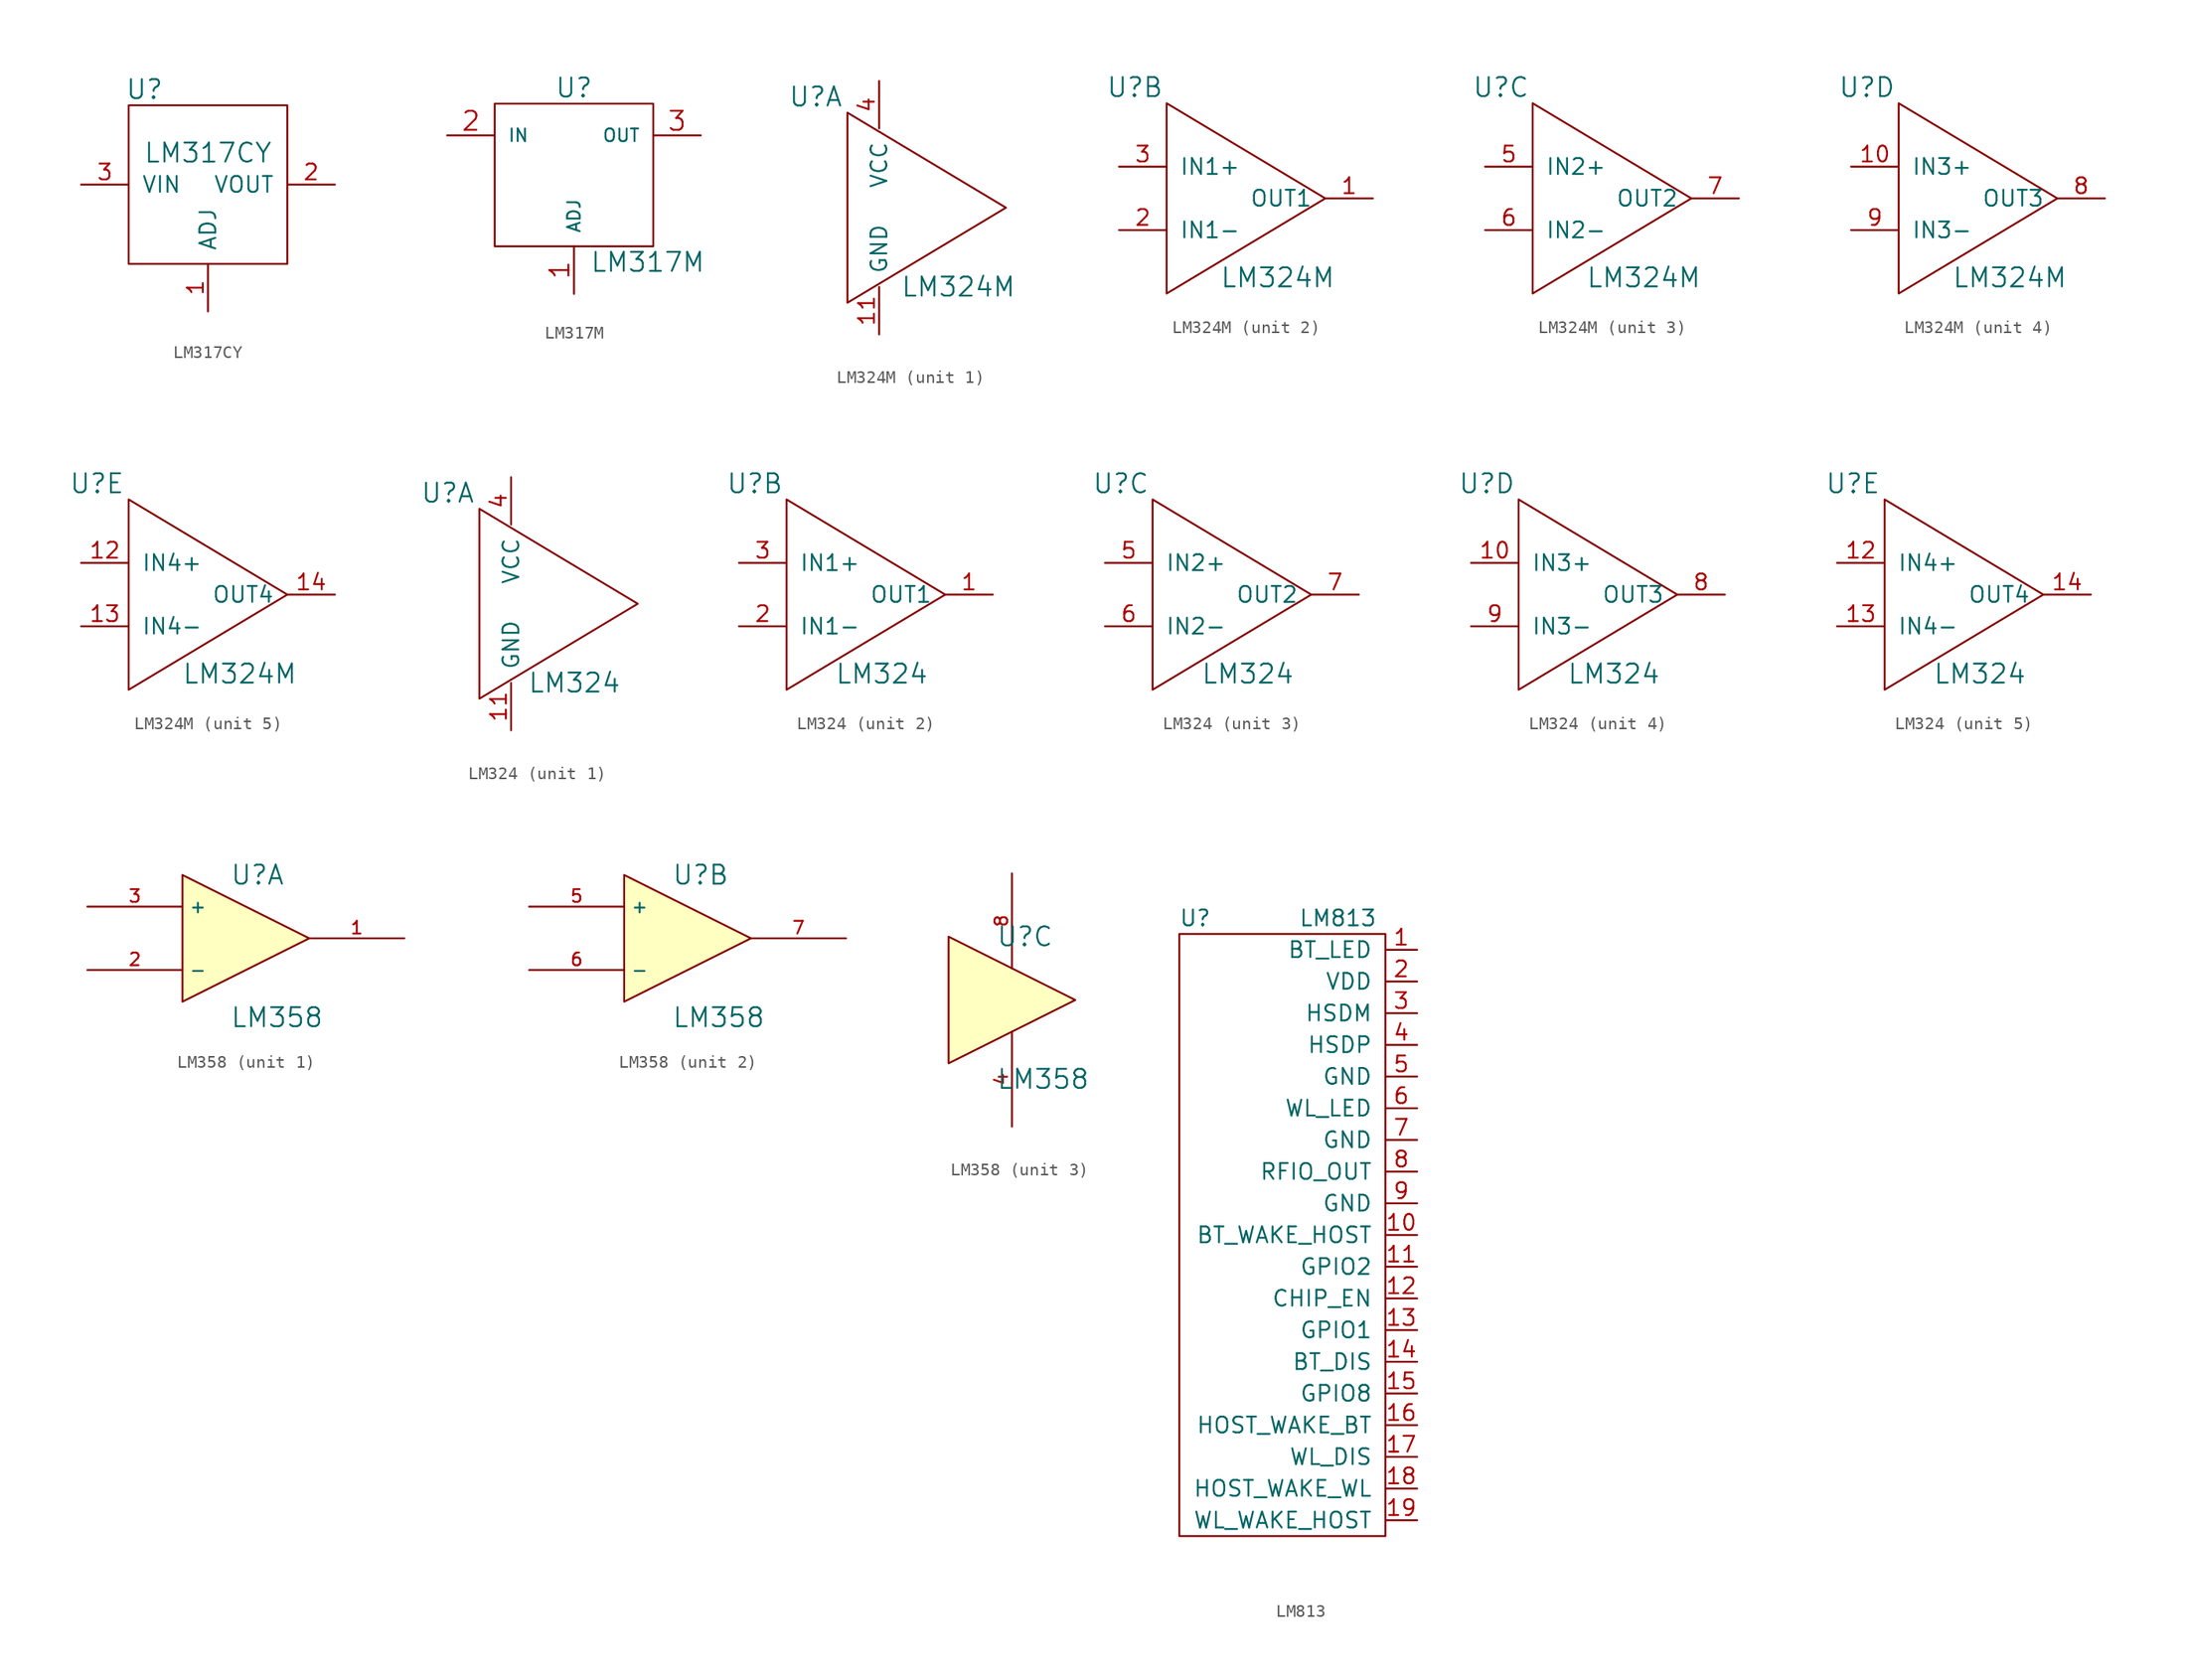
<source format=kicad_sym>
(kicad_symbol_lib
  (version 20210619)
  (generator kicad_symbol_editor)
  (symbol "tinkerforge:LM317CY"
    (pin_names
      (offset 1.016))
    (property "Reference" "U"
      (at -5.08 12.7 0)
      (effects (font (size 1.524 1.524))))
    (property "Value" "LM317CY"
      (at 0 7.62 0)
      (effects (font (size 1.524 1.524))))
    (property "Footprint" ""
      (at 0 0 0)
      (effects (font (size 1.524 1.524))))
    (property "Datasheet" ""
      (at 0 0 0)
      (effects (font (size 1.524 1.524))))
    (symbol "LM317CY_0_1"
      (rectangle (start -6.35 11.43) (end 6.35 -1.27) (stroke (width 0)) (fill (type none))))
    (symbol "LM317CY_1_1"
      (pin passive line (at 0 -5.08 90) (length 3.81) (name "ADJ" (effects (font (size 1.27 1.27)))) (number "1" (effects (font (size 1.27 1.27)))))
      (pin output line (at 10.16 5.08 180) (length 3.81) (name "VOUT" (effects (font (size 1.27 1.27)))) (number "2" (effects (font (size 1.27 1.27)))))
      (pin input line (at -10.16 5.08 0) (length 3.81) (name "VIN" (effects (font (size 1.27 1.27)))) (number "3" (effects (font (size 1.27 1.27)))))))
  (symbol "tinkerforge:LM317M"
    (pin_names
      (offset 1.016))
    (property "Reference" "U"
      (at 0 7.62 0)
      (effects (font (size 1.524 1.524))))
    (property "Value" "LM317M"
      (at 1.27 -6.35 0)
      (effects (font (size 1.524 1.524)) (justify left)))
    (property "Footprint" ""
      (at 0 0 0)
      (effects (font (size 1.524 1.524))))
    (property "Datasheet" ""
      (at 0 0 0)
      (effects (font (size 1.524 1.524))))
    (symbol "LM317M_0_1"
      (rectangle (start -6.35 6.35) (end 6.35 -5.08) (stroke (width 0)) (fill (type none))))
    (symbol "LM317M_1_1"
      (pin input line (at 0 -8.89 90) (length 3.81) (name "ADJ" (effects (font (size 1.016 1.016)))) (number "1" (effects (font (size 1.524 1.524)))))
      (pin input line (at -10.16 3.81 0) (length 3.81) (name "IN" (effects (font (size 1.016 1.016)))) (number "2" (effects (font (size 1.524 1.524)))))
      (pin power_out line (at 10.16 3.81 180) (length 3.81) (name "OUT" (effects (font (size 1.016 1.016)))) (number "3" (effects (font (size 1.524 1.524)))))))
  (symbol "tinkerforge:LM324M"
    (pin_names
      (offset 1.016))
    (property "Reference" "U"
      (at -7.62 8.89 0)
      (effects (font (size 1.524 1.524))))
    (property "Value" "LM324M"
      (at 3.81 -6.35 0)
      (effects (font (size 1.524 1.524))))
    (property "Footprint" ""
      (at 0 0 0)
      (effects (font (size 1.524 1.524))))
    (property "Datasheet" ""
      (at 0 0 0)
      (effects (font (size 1.524 1.524))))
    (symbol "LM324M_0_1"
      (polyline (pts (xy -5.08 7.62) (xy -5.08 -7.62) (xy 7.62 0) (xy -5.08 7.62) (xy -5.08 7.62) (xy -5.08 7.62)) (stroke (width 0)) (fill (type none))))
    (symbol "LM324M_1_1"
      (pin passive line (at -2.54 -10.16 90) (length 3.81) (name "GND" (effects (font (size 1.27 1.27)))) (number "11" (effects (font (size 1.27 1.27)))))
      (pin passive line (at -2.54 10.16 270) (length 3.81) (name "VCC" (effects (font (size 1.27 1.27)))) (number "4" (effects (font (size 1.27 1.27))))))
    (symbol "LM324M_2_1"
      (pin passive line (at 11.43 0 180) (length 3.81) (name "OUT1" (effects (font (size 1.27 1.27)))) (number "1" (effects (font (size 1.27 1.27)))))
      (pin passive line (at -8.89 -2.54 0) (length 3.81) (name "IN1-" (effects (font (size 1.27 1.27)))) (number "2" (effects (font (size 1.27 1.27)))))
      (pin passive line (at -8.89 2.54 0) (length 3.81) (name "IN1+" (effects (font (size 1.27 1.27)))) (number "3" (effects (font (size 1.27 1.27))))))
    (symbol "LM324M_3_1"
      (pin passive line (at -8.89 2.54 0) (length 3.81) (name "IN2+" (effects (font (size 1.27 1.27)))) (number "5" (effects (font (size 1.27 1.27)))))
      (pin passive line (at -8.89 -2.54 0) (length 3.81) (name "IN2-" (effects (font (size 1.27 1.27)))) (number "6" (effects (font (size 1.27 1.27)))))
      (pin passive line (at 11.43 0 180) (length 3.81) (name "OUT2" (effects (font (size 1.27 1.27)))) (number "7" (effects (font (size 1.27 1.27))))))
    (symbol "LM324M_4_1"
      (pin passive line (at -8.89 2.54 0) (length 3.81) (name "IN3+" (effects (font (size 1.27 1.27)))) (number "10" (effects (font (size 1.27 1.27)))))
      (pin passive line (at 11.43 0 180) (length 3.81) (name "OUT3" (effects (font (size 1.27 1.27)))) (number "8" (effects (font (size 1.27 1.27)))))
      (pin passive line (at -8.89 -2.54 0) (length 3.81) (name "IN3-" (effects (font (size 1.27 1.27)))) (number "9" (effects (font (size 1.27 1.27))))))
    (symbol "LM324M_5_1"
      (pin passive line (at -8.89 2.54 0) (length 3.81) (name "IN4+" (effects (font (size 1.27 1.27)))) (number "12" (effects (font (size 1.27 1.27)))))
      (pin passive line (at -8.89 -2.54 0) (length 3.81) (name "IN4-" (effects (font (size 1.27 1.27)))) (number "13" (effects (font (size 1.27 1.27)))))
      (pin passive line (at 11.43 0 180) (length 3.81) (name "OUT4" (effects (font (size 1.27 1.27)))) (number "14" (effects (font (size 1.27 1.27)))))))
  (symbol "tinkerforge:LM324"
    (pin_names
      (offset 1.016))
    (property "Reference" "U"
      (at -7.62 8.89 0)
      (effects (font (size 1.524 1.524))))
    (property "Value" "LM324"
      (at 2.54 -6.35 0)
      (effects (font (size 1.524 1.524))))
    (property "Footprint" ""
      (at 0 0 0)
      (effects (font (size 1.524 1.524))))
    (property "Datasheet" ""
      (at 0 0 0)
      (effects (font (size 1.524 1.524))))
    (symbol "LM324_0_1"
      (polyline (pts (xy -5.08 7.62) (xy -5.08 -7.62) (xy 7.62 0) (xy -5.08 7.62) (xy -5.08 7.62) (xy -5.08 7.62)) (stroke (width 0)) (fill (type none))))
    (symbol "LM324_1_1"
      (pin passive line (at -2.54 -10.16 90) (length 3.81) (name "GND" (effects (font (size 1.27 1.27)))) (number "11" (effects (font (size 1.27 1.27)))))
      (pin passive line (at -2.54 10.16 270) (length 3.81) (name "VCC" (effects (font (size 1.27 1.27)))) (number "4" (effects (font (size 1.27 1.27))))))
    (symbol "LM324_2_1"
      (pin passive line (at 11.43 0 180) (length 3.81) (name "OUT1" (effects (font (size 1.27 1.27)))) (number "1" (effects (font (size 1.27 1.27)))))
      (pin passive line (at -8.89 -2.54 0) (length 3.81) (name "IN1-" (effects (font (size 1.27 1.27)))) (number "2" (effects (font (size 1.27 1.27)))))
      (pin passive line (at -8.89 2.54 0) (length 3.81) (name "IN1+" (effects (font (size 1.27 1.27)))) (number "3" (effects (font (size 1.27 1.27))))))
    (symbol "LM324_3_1"
      (pin passive line (at -8.89 2.54 0) (length 3.81) (name "IN2+" (effects (font (size 1.27 1.27)))) (number "5" (effects (font (size 1.27 1.27)))))
      (pin passive line (at -8.89 -2.54 0) (length 3.81) (name "IN2-" (effects (font (size 1.27 1.27)))) (number "6" (effects (font (size 1.27 1.27)))))
      (pin passive line (at 11.43 0 180) (length 3.81) (name "OUT2" (effects (font (size 1.27 1.27)))) (number "7" (effects (font (size 1.27 1.27))))))
    (symbol "LM324_4_1"
      (pin passive line (at -8.89 2.54 0) (length 3.81) (name "IN3+" (effects (font (size 1.27 1.27)))) (number "10" (effects (font (size 1.27 1.27)))))
      (pin passive line (at 11.43 0 180) (length 3.81) (name "OUT3" (effects (font (size 1.27 1.27)))) (number "8" (effects (font (size 1.27 1.27)))))
      (pin passive line (at -8.89 -2.54 0) (length 3.81) (name "IN3-" (effects (font (size 1.27 1.27)))) (number "9" (effects (font (size 1.27 1.27))))))
    (symbol "LM324_5_1"
      (pin passive line (at -8.89 2.54 0) (length 3.81) (name "IN4+" (effects (font (size 1.27 1.27)))) (number "12" (effects (font (size 1.27 1.27)))))
      (pin passive line (at -8.89 -2.54 0) (length 3.81) (name "IN4-" (effects (font (size 1.27 1.27)))) (number "13" (effects (font (size 1.27 1.27)))))
      (pin passive line (at 11.43 0 180) (length 3.81) (name "OUT4" (effects (font (size 1.27 1.27)))) (number "14" (effects (font (size 1.27 1.27)))))))
  (symbol "tinkerforge:LM358"
    (property "Reference" "U"
      (at -1.27 5.08 0)
      (effects (font (size 1.524 1.524)) (justify left)))
    (property "Value" "LM358"
      (at -1.27 -6.35 0)
      (effects (font (size 1.524 1.524)) (justify left)))
    (property "Footprint" ""
      (at 0 0 0)
      (effects (font (size 1.524 1.524))))
    (property "Datasheet" ""
      (at 0 0 0)
      (effects (font (size 1.524 1.524))))
    (property "ki_locked" ""
      (at 0 0 0)
      (effects (font (size 1.27 1.27))))
    (symbol "LM358_0_1"
      (polyline (pts (xy -5.08 5.08) (xy 5.08 0) (xy -5.08 -5.08) (xy -5.08 5.08)) (stroke (width 0.152)) (fill (type background))))
    (symbol "LM358_1_1"
      (pin output line (at 12.7 0 180) (length 7.62) (name "~" (effects (font (size 1.016 1.016)))) (number "1" (effects (font (size 1.016 1.016)))))
      (pin input line (at -12.7 -2.54 0) (length 7.62) (name "-" (effects (font (size 1.016 1.016)))) (number "2" (effects (font (size 1.016 1.016)))))
      (pin input line (at -12.7 2.54 0) (length 7.62) (name "+" (effects (font (size 1.016 1.016)))) (number "3" (effects (font (size 1.016 1.016))))))
    (symbol "LM358_2_1"
      (pin input line (at -12.7 2.54 0) (length 7.62) (name "+" (effects (font (size 1.016 1.016)))) (number "5" (effects (font (size 1.016 1.016)))))
      (pin input line (at -12.7 -2.54 0) (length 7.62) (name "-" (effects (font (size 1.016 1.016)))) (number "6" (effects (font (size 1.016 1.016)))))
      (pin output line (at 12.7 0 180) (length 7.62) (name "~" (effects (font (size 1.016 1.016)))) (number "7" (effects (font (size 1.016 1.016))))))
    (symbol "LM358_3_1"
      (pin input line (at 0 -10.16 90) (length 7.62) (name "~" (effects (font (size 1.016 1.016)))) (number "4" (effects (font (size 1.016 1.016)))))
      (pin output line (at 0 10.16 270) (length 7.62) (name "~" (effects (font (size 1.016 1.016)))) (number "8" (effects (font (size 1.016 1.016)))))))
  (symbol "tinkerforge:LM813"
    (pin_names
      (offset 1.016))
    (property "Reference" "U"
      (at -15.24 0 0)
      (effects (font (size 1.27 1.27))))
    (property "Value" "LM813"
      (at -3.81 0 0)
      (effects (font (size 1.27 1.27))))
    (symbol "LM813_0_1"
      (rectangle (start 0 -1.27) (end -16.51 -49.53) (stroke (width 0)) (fill (type none))))
    (symbol "LM813_1_1"
      (pin passive line (at 2.54 -2.54 180) (length 2.54) (name "BT_LED" (effects (font (size 1.27 1.27)))) (number "1" (effects (font (size 1.27 1.27)))))
      (pin passive line (at 2.54 -25.4 180) (length 2.54) (name "BT_WAKE_HOST" (effects (font (size 1.27 1.27)))) (number "10" (effects (font (size 1.27 1.27)))))
      (pin passive line (at 2.54 -27.94 180) (length 2.54) (name "GPIO2" (effects (font (size 1.27 1.27)))) (number "11" (effects (font (size 1.27 1.27)))))
      (pin passive line (at 2.54 -30.48 180) (length 2.54) (name "CHIP_EN" (effects (font (size 1.27 1.27)))) (number "12" (effects (font (size 1.27 1.27)))))
      (pin passive line (at 2.54 -33.02 180) (length 2.54) (name "GPIO1" (effects (font (size 1.27 1.27)))) (number "13" (effects (font (size 1.27 1.27)))))
      (pin passive line (at 2.54 -35.56 180) (length 2.54) (name "BT_DIS" (effects (font (size 1.27 1.27)))) (number "14" (effects (font (size 1.27 1.27)))))
      (pin passive line (at 2.54 -38.1 180) (length 2.54) (name "GPIO8" (effects (font (size 1.27 1.27)))) (number "15" (effects (font (size 1.27 1.27)))))
      (pin passive line (at 2.54 -40.64 180) (length 2.54) (name "HOST_WAKE_BT" (effects (font (size 1.27 1.27)))) (number "16" (effects (font (size 1.27 1.27)))))
      (pin passive line (at 2.54 -43.18 180) (length 2.54) (name "WL_DIS" (effects (font (size 1.27 1.27)))) (number "17" (effects (font (size 1.27 1.27)))))
      (pin passive line (at 2.54 -45.72 180) (length 2.54) (name "HOST_WAKE_WL" (effects (font (size 1.27 1.27)))) (number "18" (effects (font (size 1.27 1.27)))))
      (pin passive line (at 2.54 -48.26 180) (length 2.54) (name "WL_WAKE_HOST" (effects (font (size 1.27 1.27)))) (number "19" (effects (font (size 1.27 1.27)))))
      (pin passive line (at 2.54 -5.08 180) (length 2.54) (name "VDD" (effects (font (size 1.27 1.27)))) (number "2" (effects (font (size 1.27 1.27)))))
      (pin passive line (at 2.54 -7.62 180) (length 2.54) (name "HSDM" (effects (font (size 1.27 1.27)))) (number "3" (effects (font (size 1.27 1.27)))))
      (pin passive line (at 2.54 -10.16 180) (length 2.54) (name "HSDP" (effects (font (size 1.27 1.27)))) (number "4" (effects (font (size 1.27 1.27)))))
      (pin passive line (at 2.54 -12.7 180) (length 2.54) (name "GND" (effects (font (size 1.27 1.27)))) (number "5" (effects (font (size 1.27 1.27)))))
      (pin passive line (at 2.54 -15.24 180) (length 2.54) (name "WL_LED" (effects (font (size 1.27 1.27)))) (number "6" (effects (font (size 1.27 1.27)))))
      (pin passive line (at 2.54 -17.78 180) (length 2.54) (name "GND" (effects (font (size 1.27 1.27)))) (number "7" (effects (font (size 1.27 1.27)))))
      (pin passive line (at 2.54 -20.32 180) (length 2.54) (name "RFIO_OUT" (effects (font (size 1.27 1.27)))) (number "8" (effects (font (size 1.27 1.27)))))
      (pin passive line (at 2.54 -22.86 180) (length 2.54) (name "GND" (effects (font (size 1.27 1.27)))) (number "9" (effects (font (size 1.27 1.27))))))))
</source>
